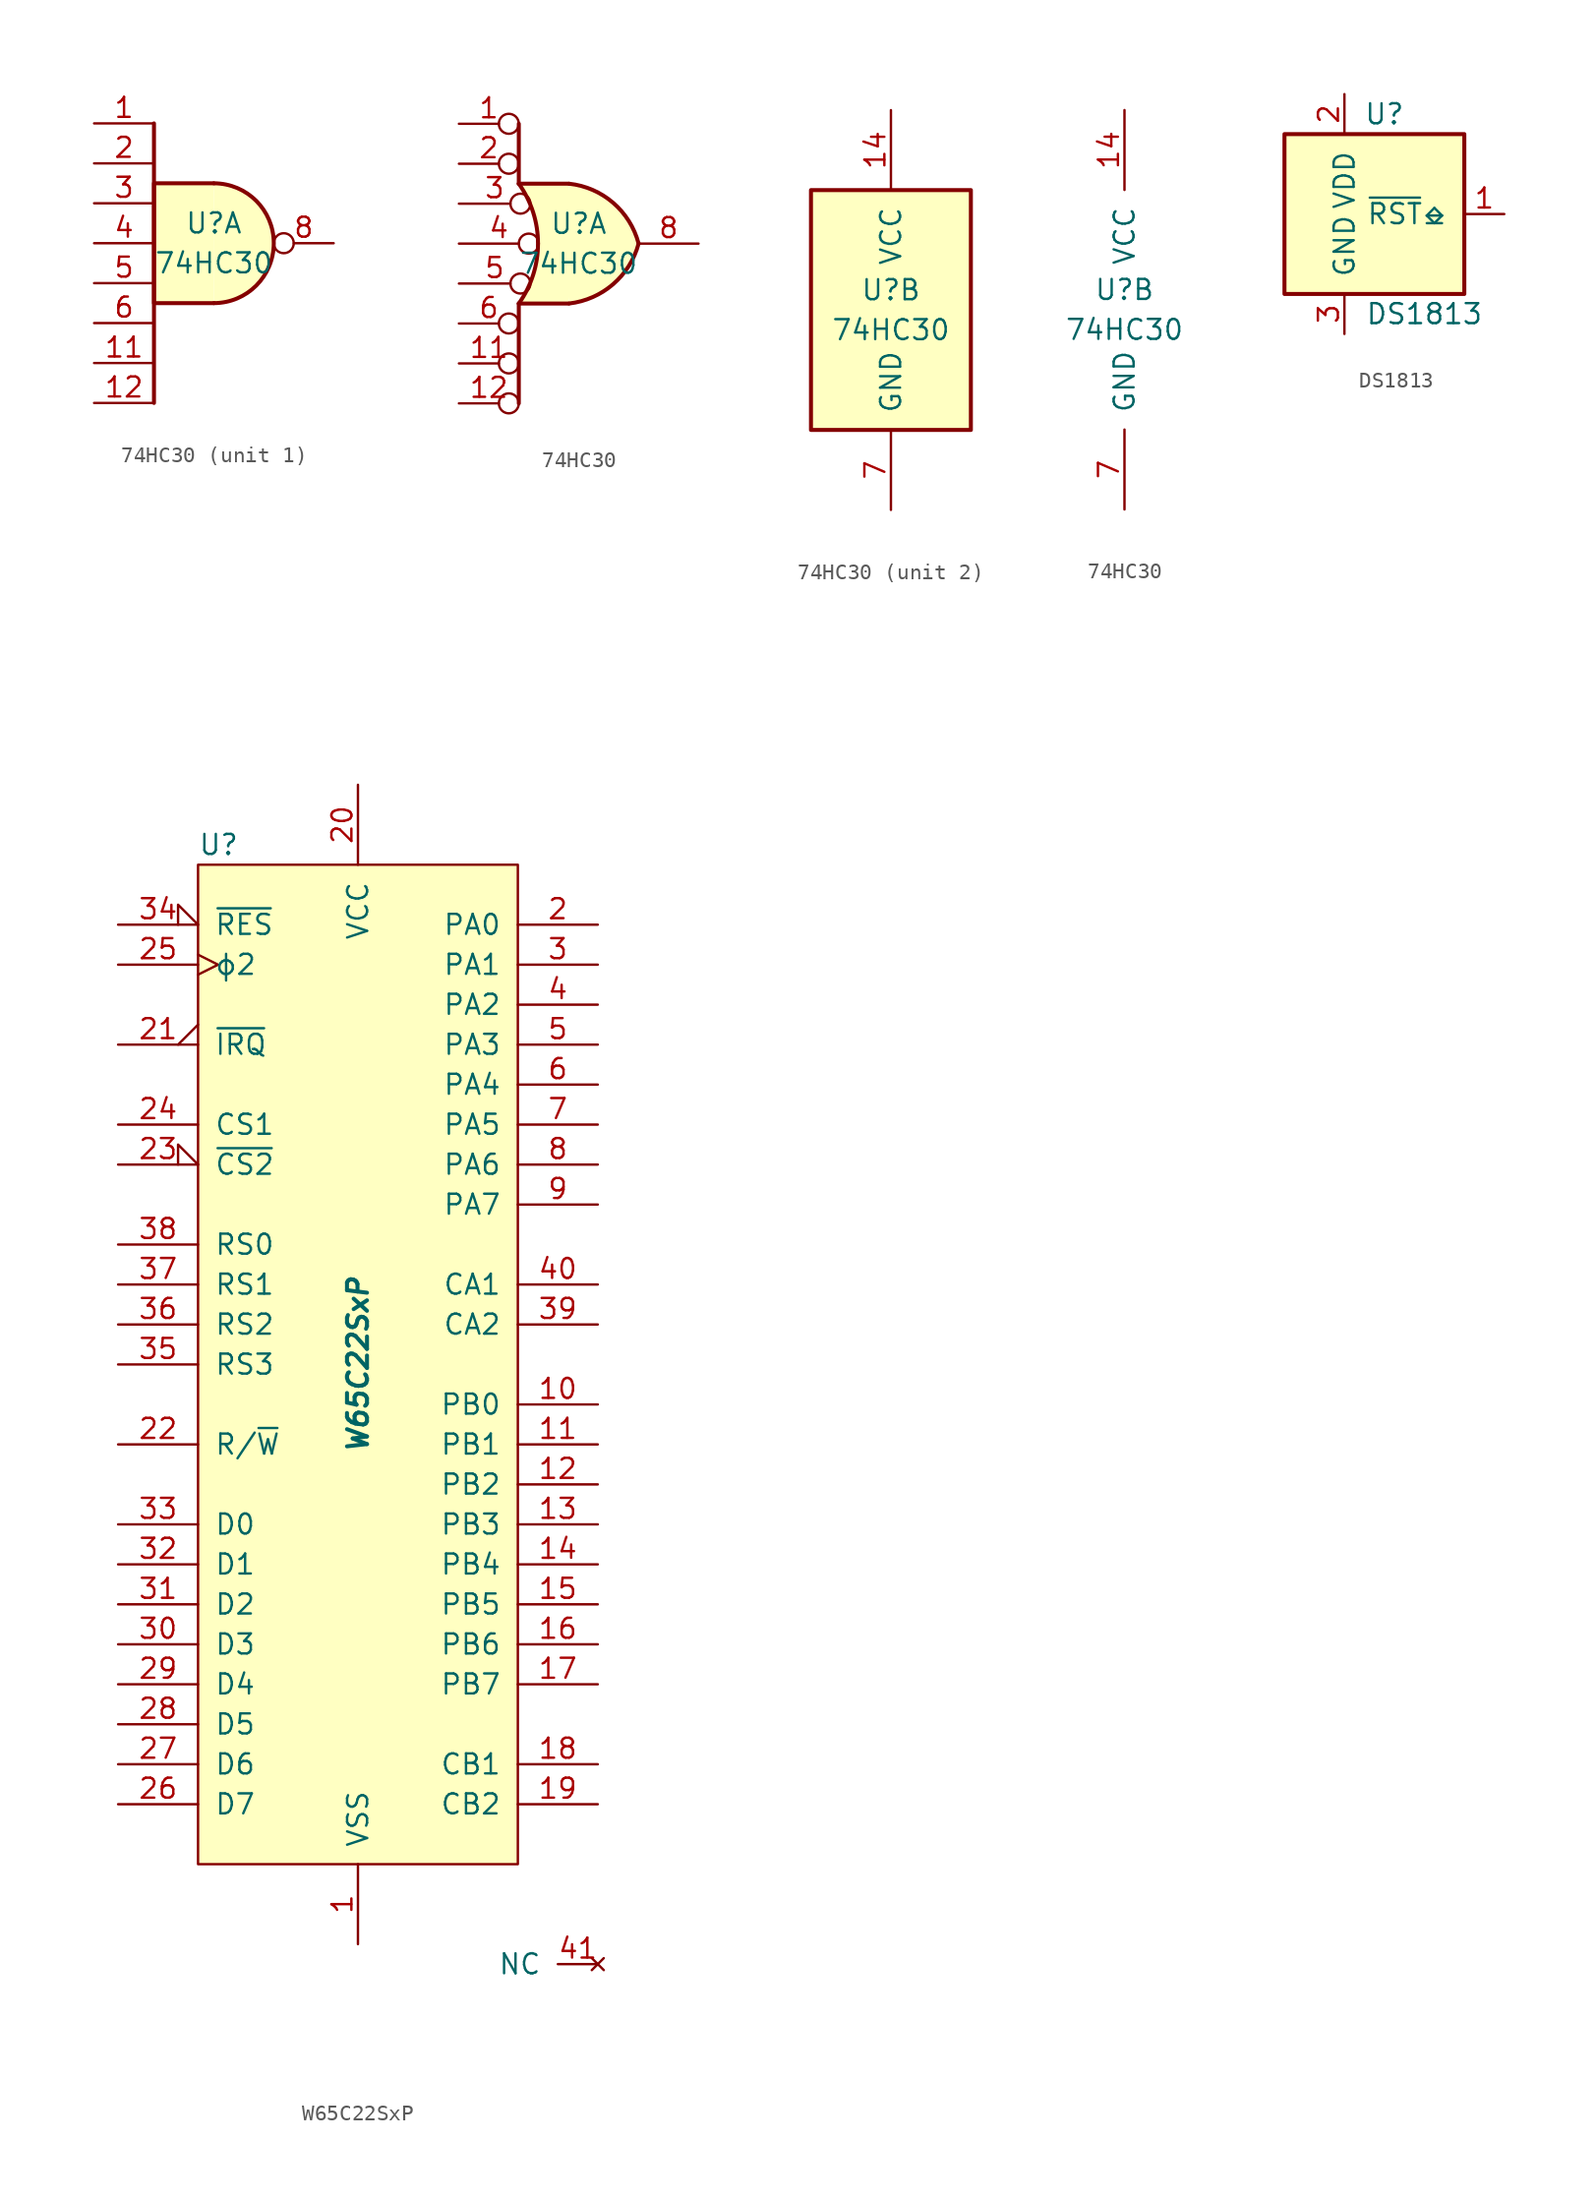
<source format=kicad_sym>
(kicad_symbol_lib
  (version 20241209)
  (generator "kicad_symbol_editor")
  (generator_version "9.0")
  (symbol "74HC30"
    (pin_names
      (offset 1.016))
    (property "Reference" "U"
      (at 0 1.27 0)
      (effects (font (size 1.27 1.27))))
    (property "Value" "74HC30"
      (at 0 -1.27 0)
      (effects (font (size 1.27 1.27))))
    (property "ki_locked" ""
      (at 0 0 0)
      (effects (font (size 1.27 1.27))))
    (symbol "74HC30_1_1"
      (polyline (pts (xy -3.81 7.62) (xy -3.81 -10.16)) (stroke (width 0.254) (type default)) (fill (type none)))
      (arc (start 0 3.81) (mid 3.7934 0) (end 0 -3.81) (stroke (width 0.254) (type default)) (fill (type background)))
      (polyline (pts (xy 0 3.81) (xy -3.81 3.81) (xy -3.81 -3.81) (xy 0 -3.81)) (stroke (width 0.254) (type default)) (fill (type background)))
      (pin input line (at -7.62 7.62 0) (length 3.81) (name "~" (effects (font (size 1.27 1.27)))) (number "1" (effects (font (size 1.27 1.27)))))
      (pin input line (at -7.62 5.08 0) (length 3.81) (name "~" (effects (font (size 1.27 1.27)))) (number "2" (effects (font (size 1.27 1.27)))))
      (pin input line (at -7.62 2.54 0) (length 3.81) (name "~" (effects (font (size 1.27 1.27)))) (number "3" (effects (font (size 1.27 1.27)))))
      (pin input line (at -7.62 0 0) (length 3.81) (name "~" (effects (font (size 1.27 1.27)))) (number "4" (effects (font (size 1.27 1.27)))))
      (pin input line (at -7.62 -2.54 0) (length 3.81) (name "~" (effects (font (size 1.27 1.27)))) (number "5" (effects (font (size 1.27 1.27)))))
      (pin input line (at -7.62 -5.08 0) (length 3.81) (name "~" (effects (font (size 1.27 1.27)))) (number "6" (effects (font (size 1.27 1.27)))))
      (pin input line (at -7.62 -7.62 0) (length 3.81) (name "~" (effects (font (size 1.27 1.27)))) (number "11" (effects (font (size 1.27 1.27)))))
      (pin input line (at -7.62 -10.16 0) (length 3.81) (name "~" (effects (font (size 1.27 1.27)))) (number "12" (effects (font (size 1.27 1.27)))))
      (pin output inverted (at 7.62 0 180) (length 3.81) (name "~" (effects (font (size 1.27 1.27)))) (number "8" (effects (font (size 1.27 1.27))))))
    (symbol "74HC30_1_2"
      (arc (start -3.81 3.81) (mid -2.589 0) (end -3.81 -3.81) (stroke (width 0.254) (type default)) (fill (type none)))
      (polyline (pts (xy -3.81 7.62) (xy -3.81 3.81)) (stroke (width 0.254) (type default)) (fill (type none)))
      (polyline (pts (xy -3.81 3.81) (xy -0.635 3.81)) (stroke (width 0.254) (type default)) (fill (type background)))
      (polyline (pts (xy -3.81 -3.81) (xy -3.81 -10.16)) (stroke (width 0.254) (type default)) (fill (type none)))
      (polyline (pts (xy -3.81 -3.81) (xy -0.635 -3.81)) (stroke (width 0.254) (type default)) (fill (type background)))
      (arc (start 3.81 0) (mid 2.1855 -2.584) (end -0.6096 -3.81) (stroke (width 0.254) (type default)) (fill (type background)))
      (arc (start -0.6096 3.81) (mid 2.1928 2.5924) (end 3.81 0) (stroke (width 0.254) (type default)) (fill (type background)))
      (polyline (pts (xy -0.635 3.81) (xy -3.81 3.81) (xy -3.81 3.81) (xy -3.556 3.404) (xy -3.023 2.261) (xy -2.692 1.041) (xy -2.616 -0.254) (xy -2.769 -1.499) (xy -3.175 -2.718) (xy -3.81 -3.81) (xy -3.81 -3.81) (xy -0.635 -3.81)) (stroke (width -25.4) (type default)) (fill (type background)))
      (pin input inverted (at -7.62 7.62 0) (length 3.81) (name "~" (effects (font (size 1.27 1.27)))) (number "1" (effects (font (size 1.27 1.27)))))
      (pin input inverted (at -7.62 5.08 0) (length 3.81) (name "~" (effects (font (size 1.27 1.27)))) (number "2" (effects (font (size 1.27 1.27)))))
      (pin input inverted (at -7.62 2.54 0) (length 4.547) (name "~" (effects (font (size 1.27 1.27)))) (number "3" (effects (font (size 1.27 1.27)))))
      (pin input inverted (at -7.62 0 0) (length 5.08) (name "~" (effects (font (size 1.27 1.27)))) (number "4" (effects (font (size 1.27 1.27)))))
      (pin input inverted (at -7.62 -2.54 0) (length 4.547) (name "~" (effects (font (size 1.27 1.27)))) (number "5" (effects (font (size 1.27 1.27)))))
      (pin input inverted (at -7.62 -5.08 0) (length 3.81) (name "~" (effects (font (size 1.27 1.27)))) (number "6" (effects (font (size 1.27 1.27)))))
      (pin input inverted (at -7.62 -7.62 0) (length 3.81) (name "~" (effects (font (size 1.27 1.27)))) (number "11" (effects (font (size 1.27 1.27)))))
      (pin input inverted (at -7.62 -10.16 0) (length 3.81) (name "~" (effects (font (size 1.27 1.27)))) (number "12" (effects (font (size 1.27 1.27)))))
      (pin output line (at 7.62 0 180) (length 3.81) (name "~" (effects (font (size 1.27 1.27)))) (number "8" (effects (font (size 1.27 1.27))))))
    (symbol "74HC30_2_0"
      (pin no_connect line (at -2.54 -2.54 270) (length 2.54) (hide yes) (name "" (effects (font (size 1.27 1.27)))) (number "13" (effects (font (size 1.27 1.27)))))
      (pin power_in line (at 0 12.7 270) (length 5.08) (name "VCC" (effects (font (size 1.27 1.27)))) (number "14" (effects (font (size 1.27 1.27)))))
      (pin no_connect line (at 0 -2.54 270) (length 2.54) (hide yes) (name "" (effects (font (size 1.27 1.27)))) (number "10" (effects (font (size 1.27 1.27)))))
      (pin power_in line (at 0 -12.7 90) (length 5.08) (name "GND" (effects (font (size 1.27 1.27)))) (number "7" (effects (font (size 1.27 1.27)))))
      (pin no_connect line (at 2.54 -2.54 270) (length 2.54) (hide yes) (name "" (effects (font (size 1.27 1.27)))) (number "9" (effects (font (size 1.27 1.27))))))
    (symbol "74HC30_2_1"
      (rectangle (start -5.08 7.62) (end 5.08 -7.62) (stroke (width 0.254) (type default)) (fill (type background)))))
  (symbol "DS1813"
    (pin_names
      (offset 1.016))
    (property "Reference" "U"
      (at 1.27 6.35 0)
      (effects (font (size 1.27 1.27))))
    (property "Value" "DS1813"
      (at 3.81 -6.35 0)
      (effects (font (size 1.27 1.27))))
    (symbol "DS1813_1_1"
      (rectangle (start -5.08 5.08) (end 6.35 -5.08) (stroke (width 0.254) (type default)) (fill (type background)))
      (pin power_in line (at -1.27 7.62 270) (length 2.54) (name "VDD" (effects (font (size 1.27 1.27)))) (number "2" (effects (font (size 1.27 1.27)))))
      (pin power_in line (at -1.27 -7.62 90) (length 2.54) (name "GND" (effects (font (size 1.27 1.27)))) (number "3" (effects (font (size 1.27 1.27)))))
      (pin bidirectional line (at 8.89 0 180) (length 2.54) (name "~{RST}⎒" (effects (font (size 1.27 1.27)))) (number "1" (effects (font (size 1.27 1.27)))))))
  (symbol "W65C22SxP"
    (pin_names
      (offset 1.016))
    (property "Reference" "U"
      (at -10.16 33.02 0)
      (effects (font (size 1.27 1.27)) (justify left)))
    (property "Value" "W65C22SxP"
      (at 0 0 90)
      (effects (font (size 1.27 1.27) (bold yes) (italic yes))))
    (symbol "W65C22SxP_0_1"
      (rectangle (start -10.16 31.75) (end 10.16 -31.75) (stroke (width 0) (type default)) (fill (type background))))
    (symbol "W65C22SxP_1_0"
      (pin no_connect line (at 15.24 -38.1 180) (length 2.54) (name "NC" (effects (font (size 1.27 1.27)))) (number "41" (effects (font (size 1.27 1.27))))))
    (symbol "W65C22SxP_1_1"
      (pin input input_low (at -15.24 27.94 0) (length 5.08) (name "~{RES}" (effects (font (size 1.27 1.27)))) (number "34" (effects (font (size 1.27 1.27)))))
      (pin input clock (at -15.24 25.4 0) (length 5.08) (name "ϕ2" (effects (font (size 1.27 1.27)))) (number "25" (effects (font (size 1.27 1.27)))))
      (pin output output_low (at -15.24 20.32 0) (length 5.08) (name "~{IRQ}" (effects (font (size 1.27 1.27)))) (number "21" (effects (font (size 1.27 1.27)))))
      (pin input line (at -15.24 15.24 0) (length 5.08) (name "CS1" (effects (font (size 1.27 1.27)))) (number "24" (effects (font (size 1.27 1.27)))))
      (pin input input_low (at -15.24 12.7 0) (length 5.08) (name "~{CS2}" (effects (font (size 1.27 1.27)))) (number "23" (effects (font (size 1.27 1.27)))))
      (pin input line (at -15.24 7.62 0) (length 5.08) (name "RS0" (effects (font (size 1.27 1.27)))) (number "38" (effects (font (size 1.27 1.27)))))
      (pin input line (at -15.24 5.08 0) (length 5.08) (name "RS1" (effects (font (size 1.27 1.27)))) (number "37" (effects (font (size 1.27 1.27)))))
      (pin input line (at -15.24 2.54 0) (length 5.08) (name "RS2" (effects (font (size 1.27 1.27)))) (number "36" (effects (font (size 1.27 1.27)))))
      (pin input line (at -15.24 0 0) (length 5.08) (name "RS3" (effects (font (size 1.27 1.27)))) (number "35" (effects (font (size 1.27 1.27)))))
      (pin input line (at -15.24 -5.08 0) (length 5.08) (name "R/~{W}" (effects (font (size 1.27 1.27)))) (number "22" (effects (font (size 1.27 1.27)))))
      (pin bidirectional line (at -15.24 -10.16 0) (length 5.08) (name "D0" (effects (font (size 1.27 1.27)))) (number "33" (effects (font (size 1.27 1.27)))))
      (pin bidirectional line (at -15.24 -12.7 0) (length 5.08) (name "D1" (effects (font (size 1.27 1.27)))) (number "32" (effects (font (size 1.27 1.27)))))
      (pin bidirectional line (at -15.24 -15.24 0) (length 5.08) (name "D2" (effects (font (size 1.27 1.27)))) (number "31" (effects (font (size 1.27 1.27)))))
      (pin bidirectional line (at -15.24 -17.78 0) (length 5.08) (name "D3" (effects (font (size 1.27 1.27)))) (number "30" (effects (font (size 1.27 1.27)))))
      (pin bidirectional line (at -15.24 -20.32 0) (length 5.08) (name "D4" (effects (font (size 1.27 1.27)))) (number "29" (effects (font (size 1.27 1.27)))))
      (pin bidirectional line (at -15.24 -22.86 0) (length 5.08) (name "D5" (effects (font (size 1.27 1.27)))) (number "28" (effects (font (size 1.27 1.27)))))
      (pin bidirectional line (at -15.24 -25.4 0) (length 5.08) (name "D6" (effects (font (size 1.27 1.27)))) (number "27" (effects (font (size 1.27 1.27)))))
      (pin bidirectional line (at -15.24 -27.94 0) (length 5.08) (name "D7" (effects (font (size 1.27 1.27)))) (number "26" (effects (font (size 1.27 1.27)))))
      (pin power_in line (at 0 36.83 270) (length 5.08) (name "VCC" (effects (font (size 1.27 1.27)))) (number "20" (effects (font (size 1.27 1.27)))))
      (pin power_in line (at 0 -36.83 90) (length 5.08) (name "VSS" (effects (font (size 1.27 1.27)))) (number "1" (effects (font (size 1.27 1.27)))))
      (pin bidirectional line (at 15.24 27.94 180) (length 5.08) (name "PA0" (effects (font (size 1.27 1.27)))) (number "2" (effects (font (size 1.27 1.27)))))
      (pin bidirectional line (at 15.24 25.4 180) (length 5.08) (name "PA1" (effects (font (size 1.27 1.27)))) (number "3" (effects (font (size 1.27 1.27)))))
      (pin bidirectional line (at 15.24 22.86 180) (length 5.08) (name "PA2" (effects (font (size 1.27 1.27)))) (number "4" (effects (font (size 1.27 1.27)))))
      (pin bidirectional line (at 15.24 20.32 180) (length 5.08) (name "PA3" (effects (font (size 1.27 1.27)))) (number "5" (effects (font (size 1.27 1.27)))))
      (pin bidirectional line (at 15.24 17.78 180) (length 5.08) (name "PA4" (effects (font (size 1.27 1.27)))) (number "6" (effects (font (size 1.27 1.27)))))
      (pin bidirectional line (at 15.24 15.24 180) (length 5.08) (name "PA5" (effects (font (size 1.27 1.27)))) (number "7" (effects (font (size 1.27 1.27)))))
      (pin bidirectional line (at 15.24 12.7 180) (length 5.08) (name "PA6" (effects (font (size 1.27 1.27)))) (number "8" (effects (font (size 1.27 1.27)))))
      (pin bidirectional line (at 15.24 10.16 180) (length 5.08) (name "PA7" (effects (font (size 1.27 1.27)))) (number "9" (effects (font (size 1.27 1.27)))))
      (pin input line (at 15.24 5.08 180) (length 5.08) (name "CA1" (effects (font (size 1.27 1.27)))) (number "40" (effects (font (size 1.27 1.27)))))
      (pin bidirectional line (at 15.24 2.54 180) (length 5.08) (name "CA2" (effects (font (size 1.27 1.27)))) (number "39" (effects (font (size 1.27 1.27)))))
      (pin bidirectional line (at 15.24 -2.54 180) (length 5.08) (name "PB0" (effects (font (size 1.27 1.27)))) (number "10" (effects (font (size 1.27 1.27)))))
      (pin bidirectional line (at 15.24 -5.08 180) (length 5.08) (name "PB1" (effects (font (size 1.27 1.27)))) (number "11" (effects (font (size 1.27 1.27)))))
      (pin bidirectional line (at 15.24 -7.62 180) (length 5.08) (name "PB2" (effects (font (size 1.27 1.27)))) (number "12" (effects (font (size 1.27 1.27)))))
      (pin bidirectional line (at 15.24 -10.16 180) (length 5.08) (name "PB3" (effects (font (size 1.27 1.27)))) (number "13" (effects (font (size 1.27 1.27)))))
      (pin bidirectional line (at 15.24 -12.7 180) (length 5.08) (name "PB4" (effects (font (size 1.27 1.27)))) (number "14" (effects (font (size 1.27 1.27)))))
      (pin bidirectional line (at 15.24 -15.24 180) (length 5.08) (name "PB5" (effects (font (size 1.27 1.27)))) (number "15" (effects (font (size 1.27 1.27)))))
      (pin bidirectional line (at 15.24 -17.78 180) (length 5.08) (name "PB6" (effects (font (size 1.27 1.27)))) (number "16" (effects (font (size 1.27 1.27)))))
      (pin bidirectional line (at 15.24 -20.32 180) (length 5.08) (name "PB7" (effects (font (size 1.27 1.27)))) (number "17" (effects (font (size 1.27 1.27)))))
      (pin input line (at 15.24 -25.4 180) (length 5.08) (name "CB1" (effects (font (size 1.27 1.27)))) (number "18" (effects (font (size 1.27 1.27)))))
      (pin bidirectional line (at 15.24 -27.94 180) (length 5.08) (name "CB2" (effects (font (size 1.27 1.27)))) (number "19" (effects (font (size 1.27 1.27))))))))
</source>
